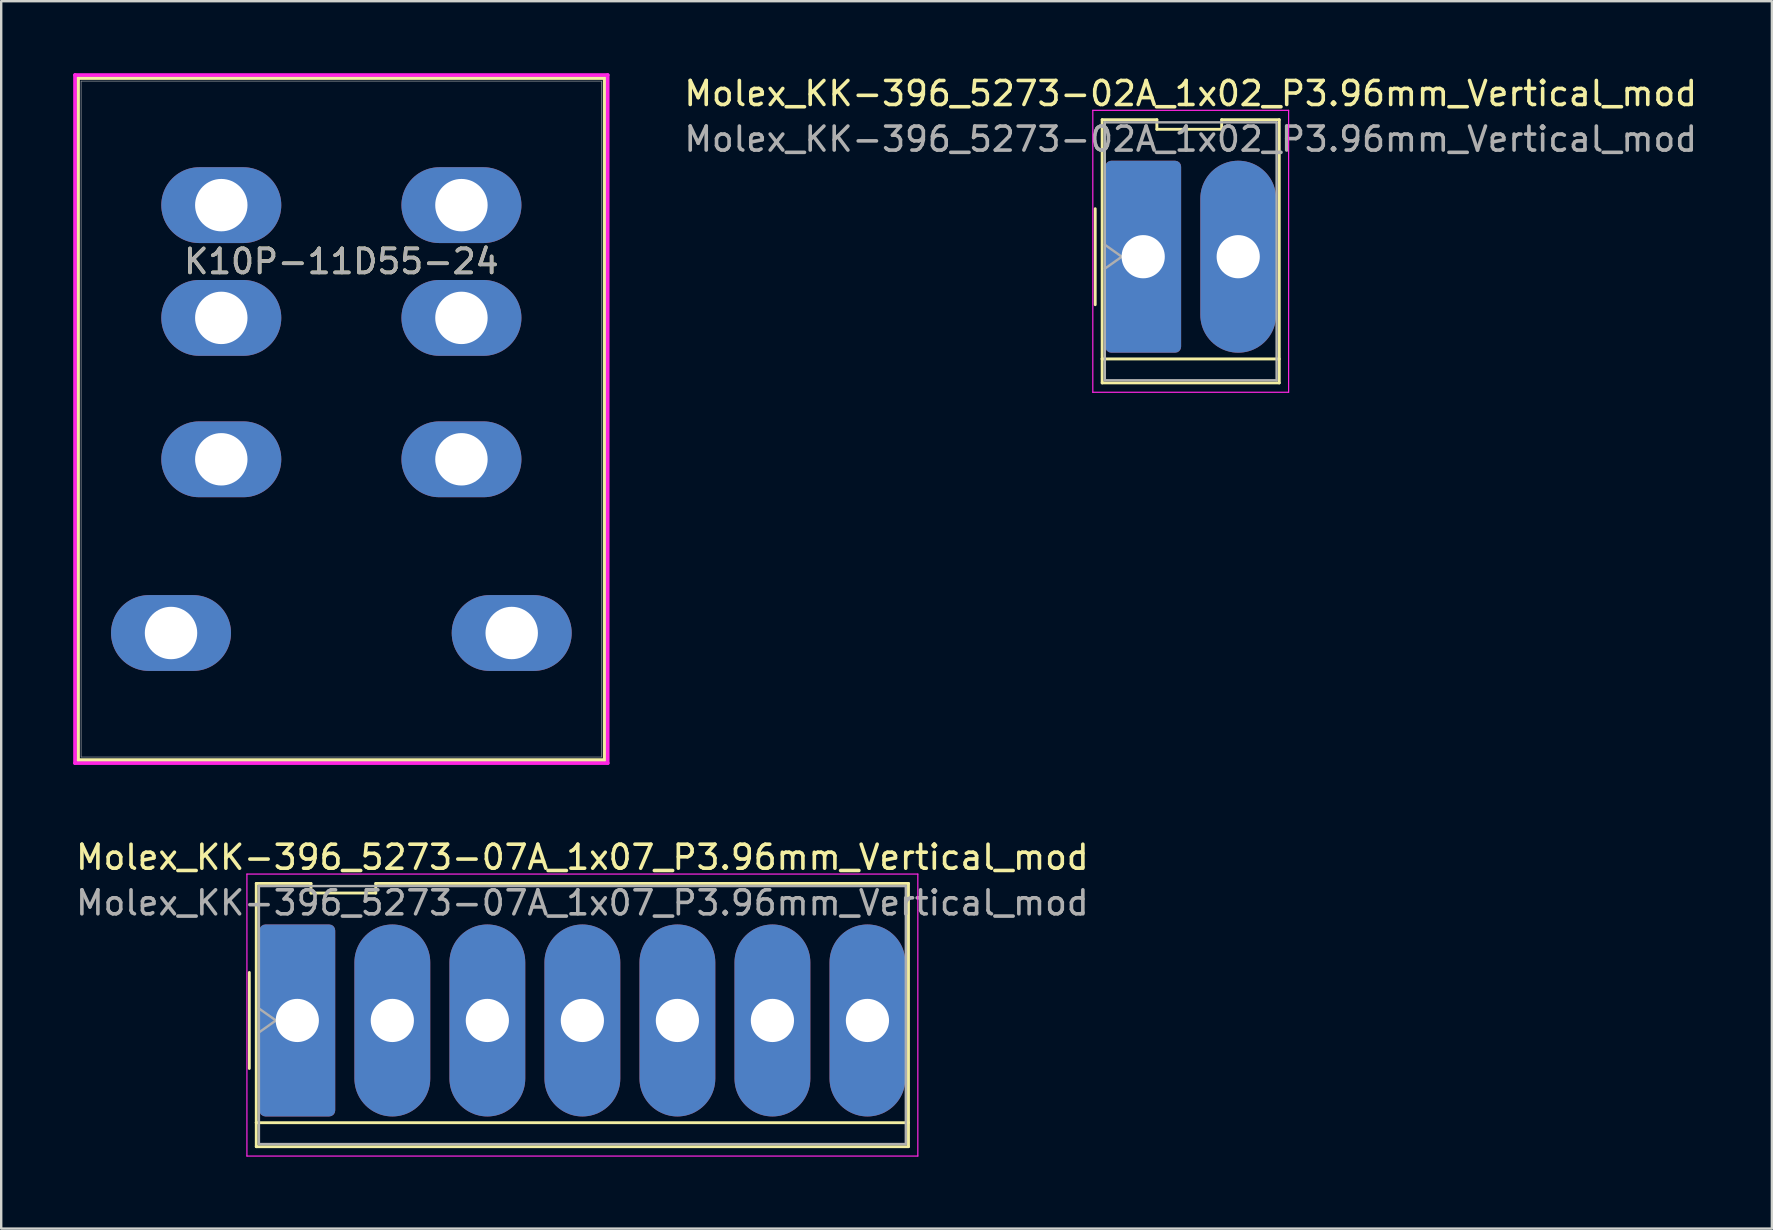
<source format=kicad_pcb>
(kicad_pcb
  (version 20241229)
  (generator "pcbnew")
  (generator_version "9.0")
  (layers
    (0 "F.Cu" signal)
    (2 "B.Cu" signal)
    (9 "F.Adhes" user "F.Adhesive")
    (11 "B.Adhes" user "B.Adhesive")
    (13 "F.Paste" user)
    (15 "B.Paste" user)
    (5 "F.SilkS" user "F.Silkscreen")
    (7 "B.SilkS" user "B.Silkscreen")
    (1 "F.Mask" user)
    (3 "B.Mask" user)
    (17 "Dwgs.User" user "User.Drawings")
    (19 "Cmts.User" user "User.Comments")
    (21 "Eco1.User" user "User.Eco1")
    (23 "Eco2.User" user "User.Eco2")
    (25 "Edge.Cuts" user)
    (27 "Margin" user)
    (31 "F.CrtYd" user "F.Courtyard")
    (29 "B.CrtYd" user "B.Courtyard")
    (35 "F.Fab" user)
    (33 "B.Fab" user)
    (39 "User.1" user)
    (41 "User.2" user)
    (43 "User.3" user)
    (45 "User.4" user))
  (footprint "Molex_KK-396_5273-02A_1x02_P3.96mm_Vertical_mod"
    (layer "F.Cu")
    (at 44.592 7.648)
    (property "Reference" "Molex_KK-396_5273-02A_1x02_P3.96mm_Vertical_mod" (at 1.98 -6.8 0) (layer "F.SilkS") (effects (font (size 1 1) (thickness 0.15))))
    (attr through_hole)
    (fp_line (start -2 -2) (end -2 2) (stroke (width 0.12) (type solid)) (layer "F.SilkS"))
    (fp_line (start -1.71 -5.71) (end 0.57 -5.71) (stroke (width 0.12) (type solid)) (layer "F.SilkS"))
    (fp_line (start -1.71 4.26) (end -1.71 -5.71) (stroke (width 0.12) (type solid)) (layer "F.SilkS"))
    (fp_line (start -1.71 4.26) (end 5.67 4.26) (stroke (width 0.12) (type solid)) (layer "F.SilkS"))
    (fp_line (start -1.71 5.26) (end -1.71 4.26) (stroke (width 0.12) (type solid)) (layer "F.SilkS"))
    (fp_line (start 0.57 -5.71) (end 0.57 -5.31) (stroke (width 0.12) (type solid)) (layer "F.SilkS"))
    (fp_line (start 0.57 -5.31) (end 3.27 -5.31) (stroke (width 0.12) (type solid)) (layer "F.SilkS"))
    (fp_line (start 3.27 -5.71) (end 5.67 -5.71) (stroke (width 0.12) (type solid)) (layer "F.SilkS"))
    (fp_line (start 3.27 -5.31) (end 3.27 -5.71) (stroke (width 0.12) (type solid)) (layer "F.SilkS"))
    (fp_line (start 5.67 -5.71) (end 5.67 5.26) (stroke (width 0.12) (type solid)) (layer "F.SilkS"))
    (fp_line (start 5.67 5.26) (end -1.71 5.26) (stroke (width 0.12) (type solid)) (layer "F.SilkS"))
    (fp_line (start -2.1 -6.1) (end -2.1 5.65) (stroke (width 0.05) (type solid)) (layer "F.CrtYd"))
    (fp_line (start -2.1 5.65) (end 6.06 5.65) (stroke (width 0.05) (type solid)) (layer "F.CrtYd"))
    (fp_line (start 6.06 -6.1) (end -2.1 -6.1) (stroke (width 0.05) (type solid)) (layer "F.CrtYd"))
    (fp_line (start 6.06 5.65) (end 6.06 -6.1) (stroke (width 0.05) (type solid)) (layer "F.CrtYd"))
    (fp_line (start -1.6 -5.6) (end 5.56 -5.6) (stroke (width 0.1) (type solid)) (layer "F.Fab"))
    (fp_line (start -1.6 -0.5) (end -0.893 0) (stroke (width 0.1) (type solid)) (layer "F.Fab"))
    (fp_line (start -1.6 5.15) (end -1.6 -5.6) (stroke (width 0.1) (type solid)) (layer "F.Fab"))
    (fp_line (start -0.893 0) (end -1.6 0.5) (stroke (width 0.1) (type solid)) (layer "F.Fab"))
    (fp_line (start 5.56 -5.6) (end 5.56 5.15) (stroke (width 0.1) (type solid)) (layer "F.Fab"))
    (fp_line (start 5.56 5.15) (end -1.6 5.15) (stroke (width 0.1) (type solid)) (layer "F.Fab"))
    (fp_text user "${REFERENCE}" (at 1.98 -4.9 0) (layer "F.Fab") (effects (font (size 1 1) (thickness 0.15))))
    (pad "1" thru_hole roundrect (at 0 0) (size 3.16 8) (drill 1.8) (layers "*.Cu" "*.Mask") (roundrect_rratio 0.079))
    (pad "2" thru_hole oval (at 3.96 0) (size 3.16 8) (drill 1.8) (layers "*.Cu" "*.Mask")))
  (footprint "K10P-11D55-24"
    (layer "F.Cu")
    (at 6.172 5.499)
    (property "Reference" "K10P-11D55-24" (at 5.004 2.349 0) (unlocked yes) (layer "F.SilkS") (effects (font (size 1 1) (thickness 0.15))))
    (attr through_hole)
    (fp_line (start -5.969 -5.296) (end -5.969 23.127) (stroke (width 0.152) (type solid)) (layer "F.SilkS"))
    (fp_line (start -5.969 23.127) (end 15.977 23.127) (stroke (width 0.152) (type solid)) (layer "F.SilkS"))
    (fp_line (start 15.977 -5.296) (end -5.969 -5.296) (stroke (width 0.152) (type solid)) (layer "F.SilkS"))
    (fp_line (start 15.977 23.127) (end 15.977 -5.296) (stroke (width 0.152) (type solid)) (layer "F.SilkS"))
    (fp_line (start -6.096 -5.423) (end -6.096 23.254) (stroke (width 0.152) (type solid)) (layer "F.CrtYd"))
    (fp_line (start -6.096 23.254) (end 16.104 23.254) (stroke (width 0.152) (type solid)) (layer "F.CrtYd"))
    (fp_line (start 16.104 -5.423) (end -6.096 -5.423) (stroke (width 0.152) (type solid)) (layer "F.CrtYd"))
    (fp_line (start 16.104 23.254) (end 16.104 -5.423) (stroke (width 0.152) (type solid)) (layer "F.CrtYd"))
    (fp_line (start -5.842 -5.169) (end -5.842 23) (stroke (width 0.025) (type solid)) (layer "F.Fab"))
    (fp_line (start -5.842 23) (end 15.85 23) (stroke (width 0.025) (type solid)) (layer "F.Fab"))
    (fp_line (start 15.85 -5.169) (end -5.842 -5.169) (stroke (width 0.025) (type solid)) (layer "F.Fab"))
    (fp_line (start 15.85 23) (end 15.85 -5.169) (stroke (width 0.025) (type solid)) (layer "F.Fab"))
    (fp_text user "${REFERENCE}" (at 5.004 2.349 0) (unlocked yes) (layer "F.Fab") (effects (font (size 1 1) (thickness 0.15))))
    (pad "1" thru_hole oval (at 0 0) (size 5 3.16) (drill 2.184) (layers "*.Cu" "*.Mask"))
    (pad "2" thru_hole oval (at 10.008 0) (size 5 3.16) (drill 2.184) (layers "*.Cu" "*.Mask"))
    (pad "3" thru_hole oval (at 0 4.699) (size 5 3.16) (drill 2.184) (layers "*.Cu" "*.Mask"))
    (pad "4" thru_hole oval (at 10.008 4.699) (size 5 3.16) (drill 2.184) (layers "*.Cu" "*.Mask"))
    (pad "5" thru_hole oval (at 0 10.592) (size 5 3.16) (drill 2.184) (layers "*.Cu" "*.Mask"))
    (pad "6" thru_hole oval (at 10.008 10.592) (size 5 3.16) (drill 2.184) (layers "*.Cu" "*.Mask"))
    (pad "7" thru_hole oval (at -2.095 17.831) (size 5 3.16) (drill 2.184) (layers "*.Cu" "*.Mask"))
    (pad "8" thru_hole oval (at 12.103 17.831) (size 5 3.16) (drill 2.184) (layers "*.Cu" "*.Mask")))
  (footprint "Molex_KK-396_5273-07A_1x07_P3.96mm_Vertical_mod"
    (layer "F.Cu")
    (at 9.34 39.477)
    (property "Reference" "Molex_KK-396_5273-07A_1x07_P3.96mm_Vertical_mod" (at 11.88 -6.8 0) (layer "F.SilkS") (effects (font (size 1 1) (thickness 0.15))))
    (attr through_hole)
    (fp_line (start -2 -2) (end -2 2) (stroke (width 0.12) (type solid)) (layer "F.SilkS"))
    (fp_line (start -1.71 -5.71) (end 0.57 -5.71) (stroke (width 0.12) (type solid)) (layer "F.SilkS"))
    (fp_line (start -1.71 4.26) (end -1.71 -5.71) (stroke (width 0.12) (type solid)) (layer "F.SilkS"))
    (fp_line (start -1.71 4.26) (end 25.47 4.26) (stroke (width 0.12) (type solid)) (layer "F.SilkS"))
    (fp_line (start -1.71 5.26) (end -1.71 4.26) (stroke (width 0.12) (type solid)) (layer "F.SilkS"))
    (fp_line (start 0.57 -5.71) (end 0.57 -5.31) (stroke (width 0.12) (type solid)) (layer "F.SilkS"))
    (fp_line (start 0.57 -5.31) (end 3.27 -5.31) (stroke (width 0.12) (type solid)) (layer "F.SilkS"))
    (fp_line (start 3.27 -5.71) (end 25.47 -5.71) (stroke (width 0.12) (type solid)) (layer "F.SilkS"))
    (fp_line (start 3.27 -5.31) (end 3.27 -5.71) (stroke (width 0.12) (type solid)) (layer "F.SilkS"))
    (fp_line (start 25.47 -5.71) (end 25.47 5.26) (stroke (width 0.12) (type solid)) (layer "F.SilkS"))
    (fp_line (start 25.47 5.26) (end -1.71 5.26) (stroke (width 0.12) (type solid)) (layer "F.SilkS"))
    (fp_line (start -2.1 -6.1) (end -2.1 5.65) (stroke (width 0.05) (type solid)) (layer "F.CrtYd"))
    (fp_line (start -2.1 5.65) (end 25.86 5.65) (stroke (width 0.05) (type solid)) (layer "F.CrtYd"))
    (fp_line (start 25.86 -6.1) (end -2.1 -6.1) (stroke (width 0.05) (type solid)) (layer "F.CrtYd"))
    (fp_line (start 25.86 5.65) (end 25.86 -6.1) (stroke (width 0.05) (type solid)) (layer "F.CrtYd"))
    (fp_line (start -1.6 -5.6) (end 25.36 -5.6) (stroke (width 0.1) (type solid)) (layer "F.Fab"))
    (fp_line (start -1.6 -0.5) (end -0.893 0) (stroke (width 0.1) (type solid)) (layer "F.Fab"))
    (fp_line (start -1.6 5.15) (end -1.6 -5.6) (stroke (width 0.1) (type solid)) (layer "F.Fab"))
    (fp_line (start -0.893 0) (end -1.6 0.5) (stroke (width 0.1) (type solid)) (layer "F.Fab"))
    (fp_line (start 25.36 -5.6) (end 25.36 5.15) (stroke (width 0.1) (type solid)) (layer "F.Fab"))
    (fp_line (start 25.36 5.15) (end -1.6 5.15) (stroke (width 0.1) (type solid)) (layer "F.Fab"))
    (fp_text user "${REFERENCE}" (at 11.88 -4.9 0) (layer "F.Fab") (effects (font (size 1 1) (thickness 0.15))))
    (pad "1" thru_hole roundrect (at 0 0) (size 3.16 8) (drill 1.8) (layers "*.Cu" "*.Mask") (roundrect_rratio 0.079))
    (pad "2" thru_hole oval (at 3.96 0) (size 3.16 8) (drill 1.8) (layers "*.Cu" "*.Mask"))
    (pad "3" thru_hole oval (at 7.92 0) (size 3.16 8) (drill 1.8) (layers "*.Cu" "*.Mask"))
    (pad "4" thru_hole oval (at 11.88 0) (size 3.16 8) (drill 1.8) (layers "*.Cu" "*.Mask"))
    (pad "5" thru_hole oval (at 15.84 0) (size 3.16 8) (drill 1.8) (layers "*.Cu" "*.Mask"))
    (pad "6" thru_hole oval (at 19.8 0) (size 3.16 8) (drill 1.8) (layers "*.Cu" "*.Mask"))
    (pad "7" thru_hole oval (at 23.76 0) (size 3.16 8) (drill 1.8) (layers "*.Cu" "*.Mask")))
  (gr_rect
    (start -3 -3)
    (end 70.792 48.152)
    (stroke (width 0.1) (type default))
    (fill no)
    (layer "Edge.Cuts")))
</source>
